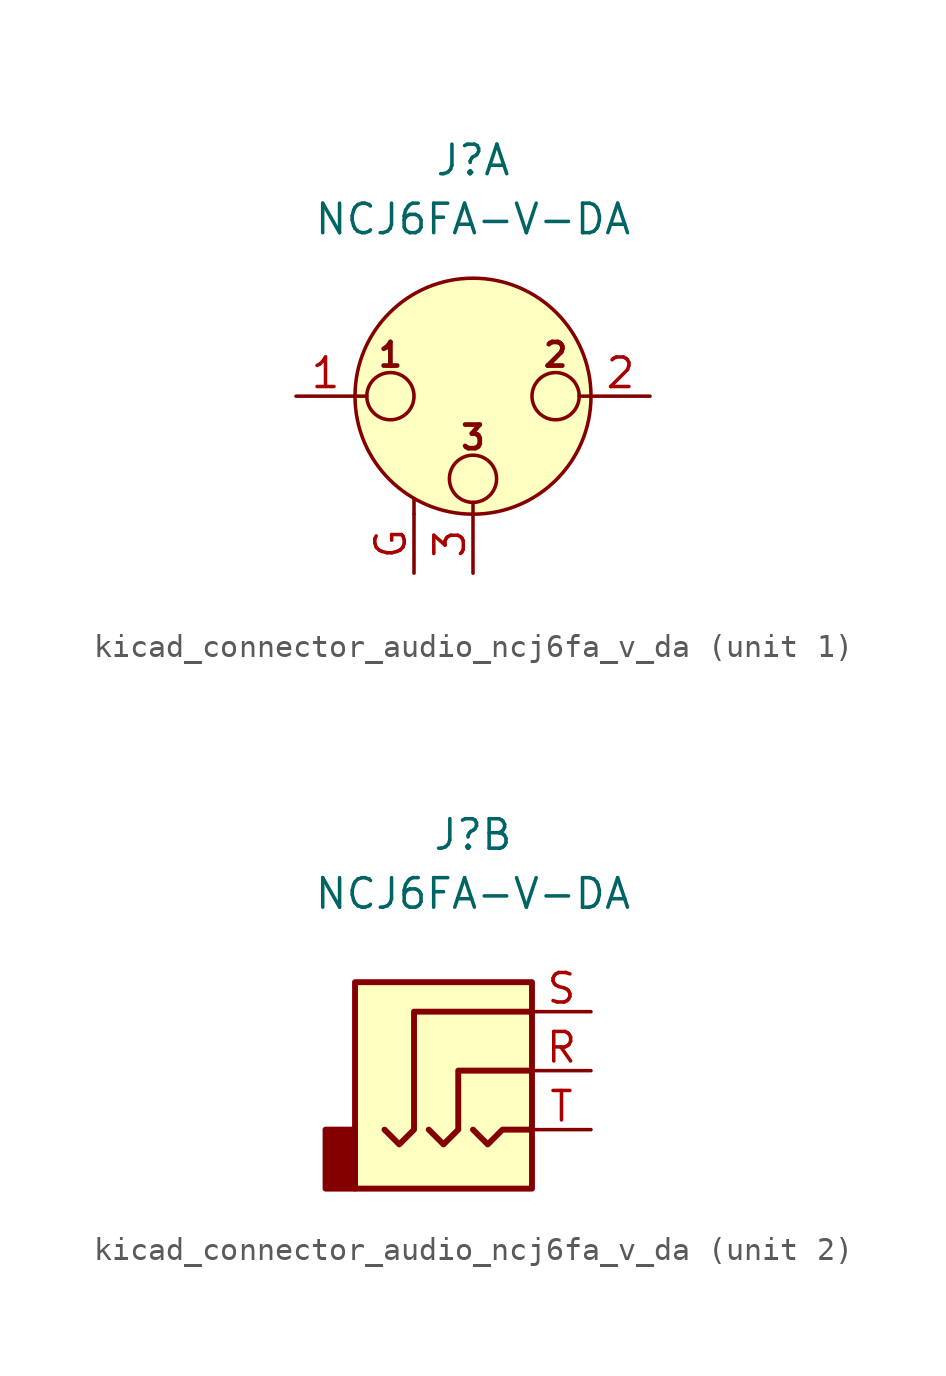
<source format=kicad_sym>
(kicad_symbol_lib
  (version 20220914)
  (generator kicad_symbol_editor)
  (symbol "kicad_connector_audio_ncj6fa_v_da"
    (pin_names hide)
    (property "Reference" "J"
      (at 0 10.16 0)
      (effects (font (size 1.27 1.27))))
    (property "Value" "NCJ6FA-V-DA"
      (at 0 7.62 0)
      (effects (font (size 1.27 1.27))))
    (symbol "kicad_connector_audio_ncj6fa_v_da_1_1"
      (circle (center -3.556 0) (radius 1.016) (stroke (width 0) (type default)) (fill (type none)))
      (circle (center 0 -3.556) (radius 1.016) (stroke (width 0) (type default)) (fill (type none)))
      (polyline (pts (xy -5.08 0) (xy -4.572 0)) (stroke (width 0) (type default)) (fill (type none)))
      (polyline (pts (xy -2.54 -5.08) (xy -2.54 -4.445)) (stroke (width 0) (type default)) (fill (type none)))
      (polyline (pts (xy 0 -5.08) (xy 0 -4.572)) (stroke (width 0) (type default)) (fill (type none)))
      (polyline (pts (xy 5.08 0) (xy 4.572 0)) (stroke (width 0) (type default)) (fill (type none)))
      (circle (center 0 0) (radius 5.08) (stroke (width 0) (type default)) (fill (type background)))
      (circle (center 3.556 0) (radius 1.016) (stroke (width 0) (type default)) (fill (type none)))
      (text "1" (at -3.556 1.778 0) (effects (font (size 1.016 1.016) bold)))
      (text "2" (at 3.556 1.778 0) (effects (font (size 1.016 1.016) bold)))
      (text "3" (at 0 -1.778 0) (effects (font (size 1.016 1.016) bold)))
      (pin passive line (at -7.62 0 0) (length 2.54) (name "~" (effects (font (size 1.27 1.27)))) (number "1" (effects (font (size 1.27 1.27)))))
      (pin passive line (at 7.62 0 180) (length 2.54) (name "~" (effects (font (size 1.27 1.27)))) (number "2" (effects (font (size 1.27 1.27)))))
      (pin passive line (at 0 -7.62 90) (length 2.54) (name "~" (effects (font (size 1.27 1.27)))) (number "3" (effects (font (size 1.27 1.27)))))
      (pin passive line (at -2.54 -7.62 90) (length 2.54) (name "~" (effects (font (size 1.27 1.27)))) (number "G" (effects (font (size 1.27 1.27))))))
    (symbol "kicad_connector_audio_ncj6fa_v_da_2_1"
      (rectangle (start -5.08 -2.54) (end -6.35 -5.08) (stroke (width 0.254) (type default)) (fill (type outline)))
      (polyline (pts (xy 0 -2.54) (xy 0.635 -3.175) (xy 1.27 -2.54) (xy 2.54 -2.54)) (stroke (width 0.254) (type default)) (fill (type none)))
      (polyline (pts (xy -1.905 -2.54) (xy -1.27 -3.175) (xy -0.635 -2.54) (xy -0.635 0) (xy 2.54 0)) (stroke (width 0.254) (type default)) (fill (type none)))
      (polyline (pts (xy 2.54 2.54) (xy -2.54 2.54) (xy -2.54 -2.54) (xy -3.175 -3.175) (xy -3.81 -2.54)) (stroke (width 0.254) (type default)) (fill (type none)))
      (rectangle (start 2.54 3.81) (end -5.08 -5.08) (stroke (width 0.254) (type default)) (fill (type background)))
      (pin passive line (at 5.08 0 180) (length 2.54) (name "~" (effects (font (size 1.27 1.27)))) (number "R" (effects (font (size 1.27 1.27)))))
      (pin passive line (at 5.08 2.54 180) (length 2.54) (name "~" (effects (font (size 1.27 1.27)))) (number "S" (effects (font (size 1.27 1.27)))))
      (pin passive line (at 5.08 -2.54 180) (length 2.54) (name "~" (effects (font (size 1.27 1.27)))) (number "T" (effects (font (size 1.27 1.27))))))))
</source>
